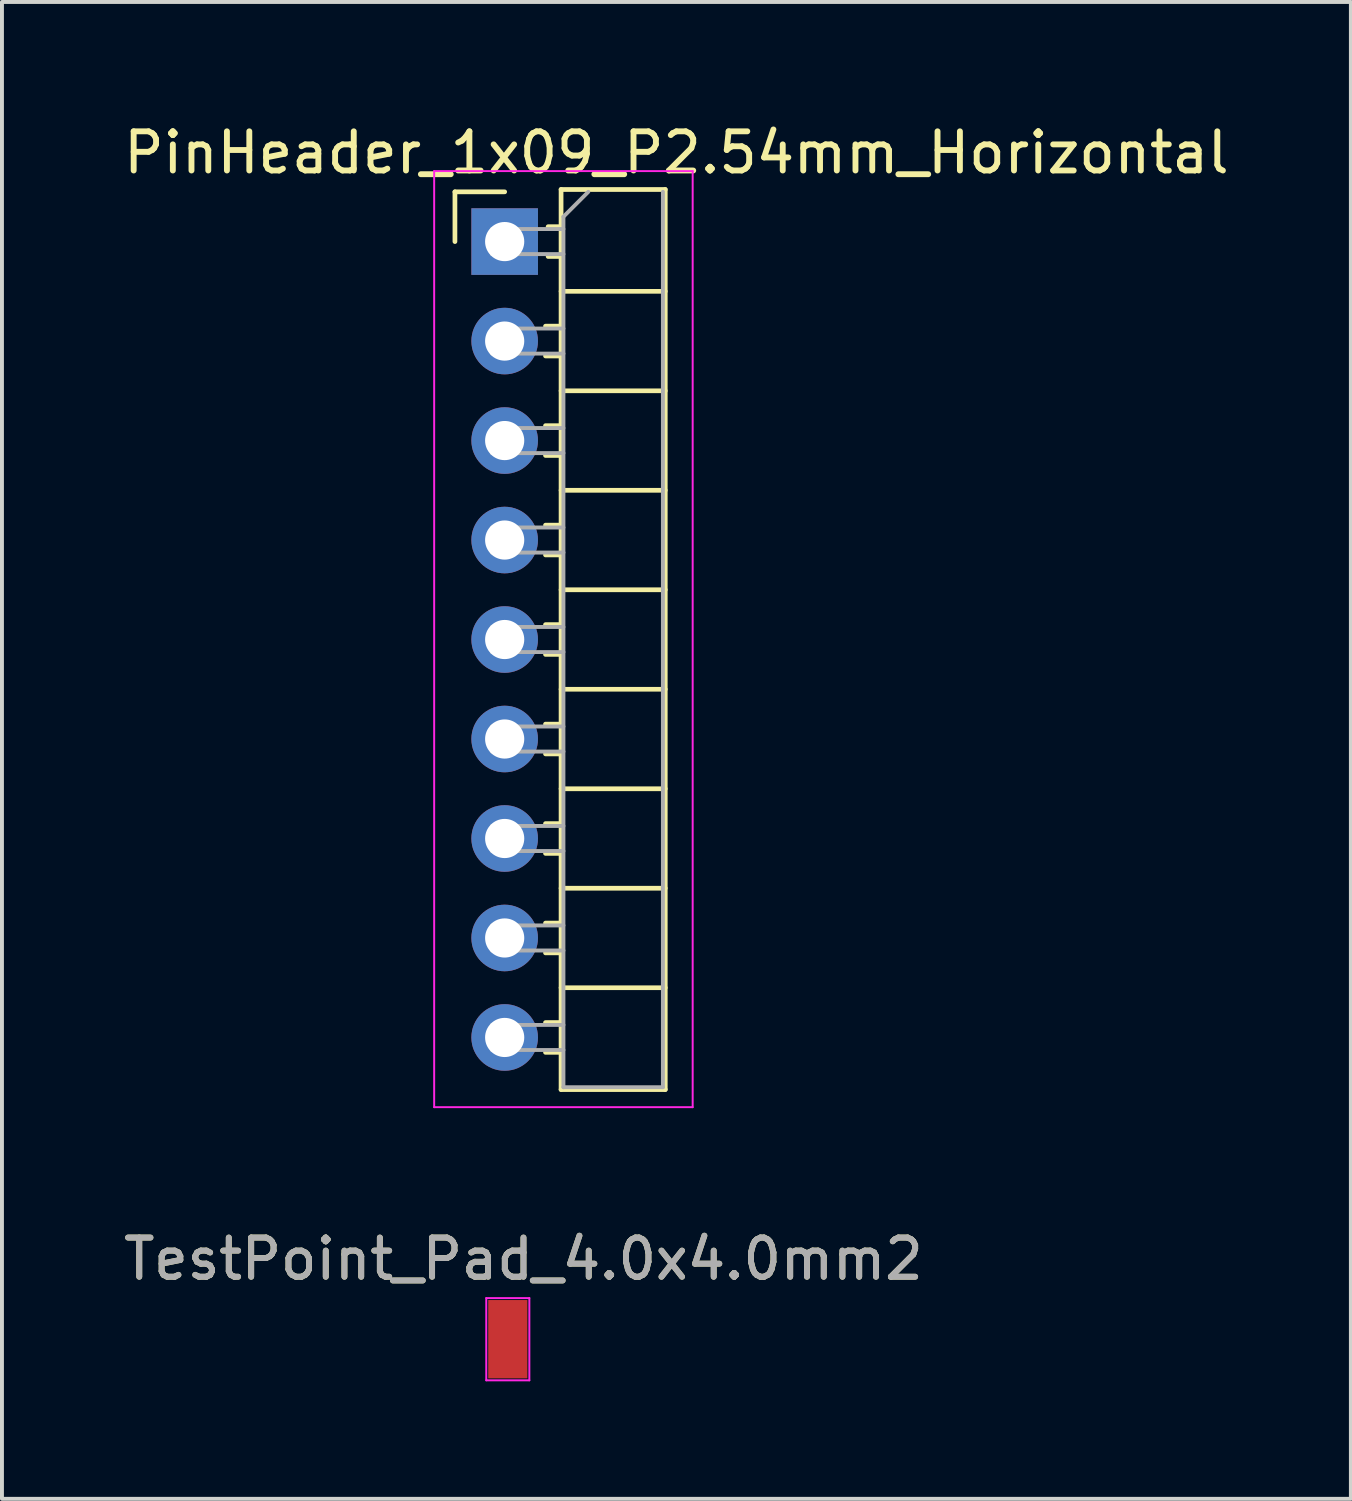
<source format=kicad_pcb>
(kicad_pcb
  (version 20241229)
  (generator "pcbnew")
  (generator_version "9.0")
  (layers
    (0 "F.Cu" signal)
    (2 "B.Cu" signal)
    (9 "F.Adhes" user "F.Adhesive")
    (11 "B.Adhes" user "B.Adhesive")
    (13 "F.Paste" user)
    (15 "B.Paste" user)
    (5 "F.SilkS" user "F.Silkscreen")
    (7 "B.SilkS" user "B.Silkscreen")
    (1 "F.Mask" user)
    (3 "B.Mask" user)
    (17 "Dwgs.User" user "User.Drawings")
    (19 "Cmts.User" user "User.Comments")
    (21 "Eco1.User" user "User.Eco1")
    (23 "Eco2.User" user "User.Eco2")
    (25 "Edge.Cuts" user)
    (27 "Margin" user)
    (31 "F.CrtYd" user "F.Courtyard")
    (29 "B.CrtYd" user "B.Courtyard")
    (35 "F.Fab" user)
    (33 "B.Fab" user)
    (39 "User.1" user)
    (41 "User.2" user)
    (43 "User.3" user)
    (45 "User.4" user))
  (footprint "PinHeader_1x09_P2.54mm_Horizontal"
    (layer "F.Cu")
    (at 9.835 3.118)
    (property "Reference" "PinHeader_1x09_P2.54mm_Horizontal" (at 4.385 -2.27 0) (layer "F.SilkS") (effects (font (size 1 1) (thickness 0.15))))
    (attr through_hole)
    (fp_line (start -1.27 -1.27) (end 0 -1.27) (stroke (width 0.12) (type solid)) (layer "F.SilkS"))
    (fp_line (start -1.27 0) (end -1.27 -1.27) (stroke (width 0.12) (type solid)) (layer "F.SilkS"))
    (fp_line (start 1.043 2.16) (end 1.44 2.16) (stroke (width 0.12) (type solid)) (layer "F.SilkS"))
    (fp_line (start 1.043 2.92) (end 1.44 2.92) (stroke (width 0.12) (type solid)) (layer "F.SilkS"))
    (fp_line (start 1.043 4.7) (end 1.44 4.7) (stroke (width 0.12) (type solid)) (layer "F.SilkS"))
    (fp_line (start 1.043 5.46) (end 1.44 5.46) (stroke (width 0.12) (type solid)) (layer "F.SilkS"))
    (fp_line (start 1.043 7.24) (end 1.44 7.24) (stroke (width 0.12) (type solid)) (layer "F.SilkS"))
    (fp_line (start 1.043 8) (end 1.44 8) (stroke (width 0.12) (type solid)) (layer "F.SilkS"))
    (fp_line (start 1.043 9.78) (end 1.44 9.78) (stroke (width 0.12) (type solid)) (layer "F.SilkS"))
    (fp_line (start 1.043 10.54) (end 1.44 10.54) (stroke (width 0.12) (type solid)) (layer "F.SilkS"))
    (fp_line (start 1.043 12.32) (end 1.44 12.32) (stroke (width 0.12) (type solid)) (layer "F.SilkS"))
    (fp_line (start 1.043 13.08) (end 1.44 13.08) (stroke (width 0.12) (type solid)) (layer "F.SilkS"))
    (fp_line (start 1.043 14.86) (end 1.44 14.86) (stroke (width 0.12) (type solid)) (layer "F.SilkS"))
    (fp_line (start 1.043 15.62) (end 1.44 15.62) (stroke (width 0.12) (type solid)) (layer "F.SilkS"))
    (fp_line (start 1.043 17.4) (end 1.44 17.4) (stroke (width 0.12) (type solid)) (layer "F.SilkS"))
    (fp_line (start 1.043 18.16) (end 1.44 18.16) (stroke (width 0.12) (type solid)) (layer "F.SilkS"))
    (fp_line (start 1.043 19.94) (end 1.44 19.94) (stroke (width 0.12) (type solid)) (layer "F.SilkS"))
    (fp_line (start 1.043 20.7) (end 1.44 20.7) (stroke (width 0.12) (type solid)) (layer "F.SilkS"))
    (fp_line (start 1.11 -0.38) (end 1.44 -0.38) (stroke (width 0.12) (type solid)) (layer "F.SilkS"))
    (fp_line (start 1.11 0.38) (end 1.44 0.38) (stroke (width 0.12) (type solid)) (layer "F.SilkS"))
    (fp_line (start 1.44 -1.33) (end 1.44 21.65) (stroke (width 0.12) (type solid)) (layer "F.SilkS"))
    (fp_line (start 1.44 1.27) (end 4.1 1.27) (stroke (width 0.12) (type solid)) (layer "F.SilkS"))
    (fp_line (start 1.44 3.81) (end 4.1 3.81) (stroke (width 0.12) (type solid)) (layer "F.SilkS"))
    (fp_line (start 1.44 6.35) (end 4.1 6.35) (stroke (width 0.12) (type solid)) (layer "F.SilkS"))
    (fp_line (start 1.44 8.89) (end 4.1 8.89) (stroke (width 0.12) (type solid)) (layer "F.SilkS"))
    (fp_line (start 1.44 11.43) (end 4.1 11.43) (stroke (width 0.12) (type solid)) (layer "F.SilkS"))
    (fp_line (start 1.44 13.97) (end 4.1 13.97) (stroke (width 0.12) (type solid)) (layer "F.SilkS"))
    (fp_line (start 1.44 16.51) (end 4.1 16.51) (stroke (width 0.12) (type solid)) (layer "F.SilkS"))
    (fp_line (start 1.44 19.05) (end 4.1 19.05) (stroke (width 0.12) (type solid)) (layer "F.SilkS"))
    (fp_line (start 1.44 21.65) (end 4.1 21.65) (stroke (width 0.12) (type solid)) (layer "F.SilkS"))
    (fp_line (start 4.1 -1.33) (end 1.44 -1.33) (stroke (width 0.12) (type solid)) (layer "F.SilkS"))
    (fp_line (start 4.1 21.65) (end 4.1 -1.33) (stroke (width 0.12) (type solid)) (layer "F.SilkS"))
    (fp_line (start -1.8 -1.8) (end -1.8 22.1) (stroke (width 0.05) (type solid)) (layer "F.CrtYd"))
    (fp_line (start -1.8 22.1) (end 4.8 22.1) (stroke (width 0.05) (type solid)) (layer "F.CrtYd"))
    (fp_line (start 4.8 -1.8) (end -1.8 -1.8) (stroke (width 0.05) (type solid)) (layer "F.CrtYd"))
    (fp_line (start 4.8 22.1) (end 4.8 -1.8) (stroke (width 0.05) (type solid)) (layer "F.CrtYd"))
    (fp_line (start -0.32 -0.32) (end -0.32 0.32) (stroke (width 0.1) (type solid)) (layer "F.Fab"))
    (fp_line (start -0.32 -0.32) (end 1.5 -0.32) (stroke (width 0.1) (type solid)) (layer "F.Fab"))
    (fp_line (start -0.32 0.32) (end 1.5 0.32) (stroke (width 0.1) (type solid)) (layer "F.Fab"))
    (fp_line (start -0.32 2.22) (end -0.32 2.86) (stroke (width 0.1) (type solid)) (layer "F.Fab"))
    (fp_line (start -0.32 2.22) (end 1.5 2.22) (stroke (width 0.1) (type solid)) (layer "F.Fab"))
    (fp_line (start -0.32 2.86) (end 1.5 2.86) (stroke (width 0.1) (type solid)) (layer "F.Fab"))
    (fp_line (start -0.32 4.76) (end -0.32 5.4) (stroke (width 0.1) (type solid)) (layer "F.Fab"))
    (fp_line (start -0.32 4.76) (end 1.5 4.76) (stroke (width 0.1) (type solid)) (layer "F.Fab"))
    (fp_line (start -0.32 5.4) (end 1.5 5.4) (stroke (width 0.1) (type solid)) (layer "F.Fab"))
    (fp_line (start -0.32 7.3) (end -0.32 7.94) (stroke (width 0.1) (type solid)) (layer "F.Fab"))
    (fp_line (start -0.32 7.3) (end 1.5 7.3) (stroke (width 0.1) (type solid)) (layer "F.Fab"))
    (fp_line (start -0.32 7.94) (end 1.5 7.94) (stroke (width 0.1) (type solid)) (layer "F.Fab"))
    (fp_line (start -0.32 9.84) (end -0.32 10.48) (stroke (width 0.1) (type solid)) (layer "F.Fab"))
    (fp_line (start -0.32 9.84) (end 1.5 9.84) (stroke (width 0.1) (type solid)) (layer "F.Fab"))
    (fp_line (start -0.32 10.48) (end 1.5 10.48) (stroke (width 0.1) (type solid)) (layer "F.Fab"))
    (fp_line (start -0.32 12.38) (end -0.32 13.02) (stroke (width 0.1) (type solid)) (layer "F.Fab"))
    (fp_line (start -0.32 12.38) (end 1.5 12.38) (stroke (width 0.1) (type solid)) (layer "F.Fab"))
    (fp_line (start -0.32 13.02) (end 1.5 13.02) (stroke (width 0.1) (type solid)) (layer "F.Fab"))
    (fp_line (start -0.32 14.92) (end -0.32 15.56) (stroke (width 0.1) (type solid)) (layer "F.Fab"))
    (fp_line (start -0.32 14.92) (end 1.5 14.92) (stroke (width 0.1) (type solid)) (layer "F.Fab"))
    (fp_line (start -0.32 15.56) (end 1.5 15.56) (stroke (width 0.1) (type solid)) (layer "F.Fab"))
    (fp_line (start -0.32 17.46) (end -0.32 18.1) (stroke (width 0.1) (type solid)) (layer "F.Fab"))
    (fp_line (start -0.32 17.46) (end 1.5 17.46) (stroke (width 0.1) (type solid)) (layer "F.Fab"))
    (fp_line (start -0.32 18.1) (end 1.5 18.1) (stroke (width 0.1) (type solid)) (layer "F.Fab"))
    (fp_line (start -0.32 20) (end -0.32 20.64) (stroke (width 0.1) (type solid)) (layer "F.Fab"))
    (fp_line (start -0.32 20) (end 1.5 20) (stroke (width 0.1) (type solid)) (layer "F.Fab"))
    (fp_line (start -0.32 20.64) (end 1.5 20.64) (stroke (width 0.1) (type solid)) (layer "F.Fab"))
    (fp_line (start 1.5 -0.635) (end 2.135 -1.27) (stroke (width 0.1) (type solid)) (layer "F.Fab"))
    (fp_line (start 1.5 21.59) (end 1.5 -0.635) (stroke (width 0.1) (type solid)) (layer "F.Fab"))
    (fp_line (start 4.04 -1.27) (end 4.04 21.59) (stroke (width 0.1) (type solid)) (layer "F.Fab"))
    (fp_line (start 4.04 21.59) (end 1.5 21.59) (stroke (width 0.1) (type solid)) (layer "F.Fab"))
    (pad "1" thru_hole rect (at 0 0) (size 1.7 1.7) (drill 1) (layers "*.Cu" "*.Mask"))
    (pad "2" thru_hole oval (at 0 2.54) (size 1.7 1.7) (drill 1) (layers "*.Cu" "*.Mask"))
    (pad "3" thru_hole oval (at 0 5.08) (size 1.7 1.7) (drill 1) (layers "*.Cu" "*.Mask"))
    (pad "4" thru_hole oval (at 0 7.62) (size 1.7 1.7) (drill 1) (layers "*.Cu" "*.Mask"))
    (pad "5" thru_hole oval (at 0 10.16) (size 1.7 1.7) (drill 1) (layers "*.Cu" "*.Mask"))
    (pad "6" thru_hole oval (at 0 12.7) (size 1.7 1.7) (drill 1) (layers "*.Cu" "*.Mask"))
    (pad "7" thru_hole oval (at 0 15.24) (size 1.7 1.7) (drill 1) (layers "*.Cu" "*.Mask"))
    (pad "8" thru_hole oval (at 0 17.78) (size 1.7 1.7) (drill 1) (layers "*.Cu" "*.Mask"))
    (pad "9" thru_hole oval (at 0 20.32) (size 1.7 1.7) (drill 1) (layers "*.Cu" "*.Mask")))
  (footprint "TestPoint_Pad_4.0x4.0mm2"
    (layer "F.Cu")
    (at 9.965 31.192)
    (property "Reference" "TestPoint_Pad_4.0x4.0mm2" (at 0.35 -2.1 0) (layer "F.SilkS") (effects (font (size 1 1) (thickness 0.15))))
    (attr exclude_from_pos_files exclude_from_bom)
    (fp_line (start -0.6 -1.1) (end -0.6 1) (stroke (width 0.05) (type solid)) (layer "F.CrtYd"))
    (fp_line (start -0.6 -1.1) (end 0.5 -1.1) (stroke (width 0.05) (type solid)) (layer "F.CrtYd"))
    (fp_line (start 0.5 1) (end -0.6 1) (stroke (width 0.05) (type solid)) (layer "F.CrtYd"))
    (fp_line (start 0.5 1) (end 0.5 -1.1) (stroke (width 0.05) (type solid)) (layer "F.CrtYd"))
    (fp_text user "${REFERENCE}" (at 0.35 -2.1 0) (layer "F.Fab") (effects (font (size 1 1) (thickness 0.15))))
    (pad "1" smd rect (at -0.05 -0.05) (size 1 2) (layers "F.Cu" "F.Mask")))
  (gr_rect
    (start -3 -3)
    (end 31.44 35.217)
    (stroke (width 0.1) (type default))
    (fill no)
    (layer "Edge.Cuts")))
</source>
